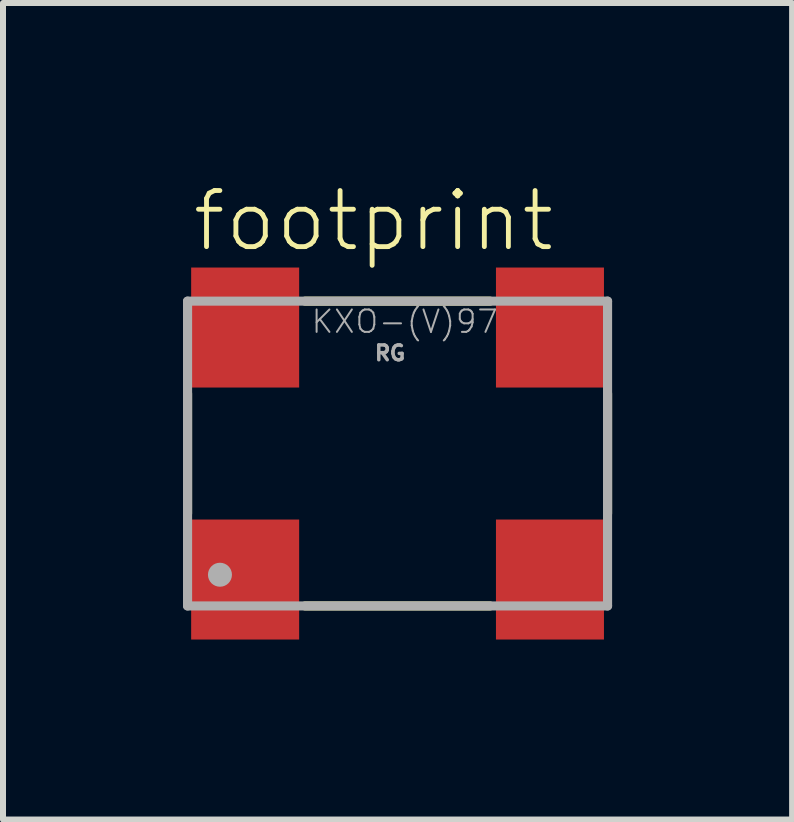
<source format=kicad_pcb>
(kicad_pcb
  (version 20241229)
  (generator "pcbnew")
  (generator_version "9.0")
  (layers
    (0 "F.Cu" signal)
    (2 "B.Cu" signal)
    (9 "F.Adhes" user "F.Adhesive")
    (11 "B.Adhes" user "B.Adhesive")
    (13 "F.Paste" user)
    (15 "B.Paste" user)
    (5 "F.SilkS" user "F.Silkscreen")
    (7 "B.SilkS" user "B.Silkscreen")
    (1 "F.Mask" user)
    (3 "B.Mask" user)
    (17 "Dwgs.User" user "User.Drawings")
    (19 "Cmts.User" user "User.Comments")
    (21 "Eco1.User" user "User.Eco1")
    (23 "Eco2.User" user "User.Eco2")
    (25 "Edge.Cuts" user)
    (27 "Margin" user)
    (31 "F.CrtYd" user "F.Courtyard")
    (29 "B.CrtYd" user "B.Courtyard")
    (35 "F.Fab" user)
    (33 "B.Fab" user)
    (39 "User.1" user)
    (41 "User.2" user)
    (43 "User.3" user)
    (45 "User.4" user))
  (footprint "footprint"
    (layer "F.Cu")
    (at 3.576 4.509)
    (property "Reference" "footprint" (at -3.46 -3.33 0) (layer "F.SilkS") (effects (font (size 0.935 0.935) (thickness 0.081)) (justify left bottom)))
    (fp_line (start -3.5 1) (end -3.5 -1) (stroke (width 0.152) (type solid)) (layer "F.SilkS"))
    (fp_line (start -1.54 -2.54) (end 1.54 -2.54) (stroke (width 0.152) (type solid)) (layer "F.SilkS"))
    (fp_line (start -1.54 2.54) (end 1.54 2.54) (stroke (width 0.152) (type solid)) (layer "F.SilkS"))
    (fp_line (start 3.5 1) (end 3.5 -1) (stroke (width 0.152) (type solid)) (layer "F.SilkS"))
    (fp_line (start -3.5 -2.54) (end -3.5 2.54) (stroke (width 0.152) (type solid)) (layer "F.Fab"))
    (fp_line (start -3.5 2.54) (end 3.5 2.54) (stroke (width 0.152) (type solid)) (layer "F.Fab"))
    (fp_line (start 3.5 -2.54) (end -3.5 -2.54) (stroke (width 0.152) (type solid)) (layer "F.Fab"))
    (fp_line (start 3.5 2.54) (end 3.5 -2.54) (stroke (width 0.152) (type solid)) (layer "F.Fab"))
    (fp_circle (center -2.96 2.02) (end -2.86 2.02) (stroke (width 0.2) (type solid)) (fill no) (layer "F.Fab"))
    (fp_text user "RG" (at -0.41 -1.53 0) (layer "F.Fab") (effects (font (size 0.247 0.247) (thickness 0.058)) (justify left bottom)))
    (fp_text user "KXO-(V)97" (at -1.46 -1.98 0) (layer "F.Fab") (effects (font (size 0.374 0.374) (thickness 0.033)) (justify left bottom)))
    (pad "1" smd rect (at -2.54 2.1) (size 1.8 2) (layers "F.Cu" "F.Mask" "F.Paste"))
    (pad "2" smd rect (at 2.54 2.1) (size 1.8 2) (layers "F.Cu" "F.Mask" "F.Paste"))
    (pad "3" smd rect (at 2.54 -2.1) (size 1.8 2) (layers "F.Cu" "F.Mask" "F.Paste"))
    (pad "4" smd rect (at -2.54 -2.1) (size 1.8 2) (layers "F.Cu" "F.Mask" "F.Paste")))
  (gr_rect
    (start -3 -3)
    (end 10.152 10.609)
    (stroke (width 0.1) (type default))
    (fill no)
    (layer "Edge.Cuts")))
</source>
